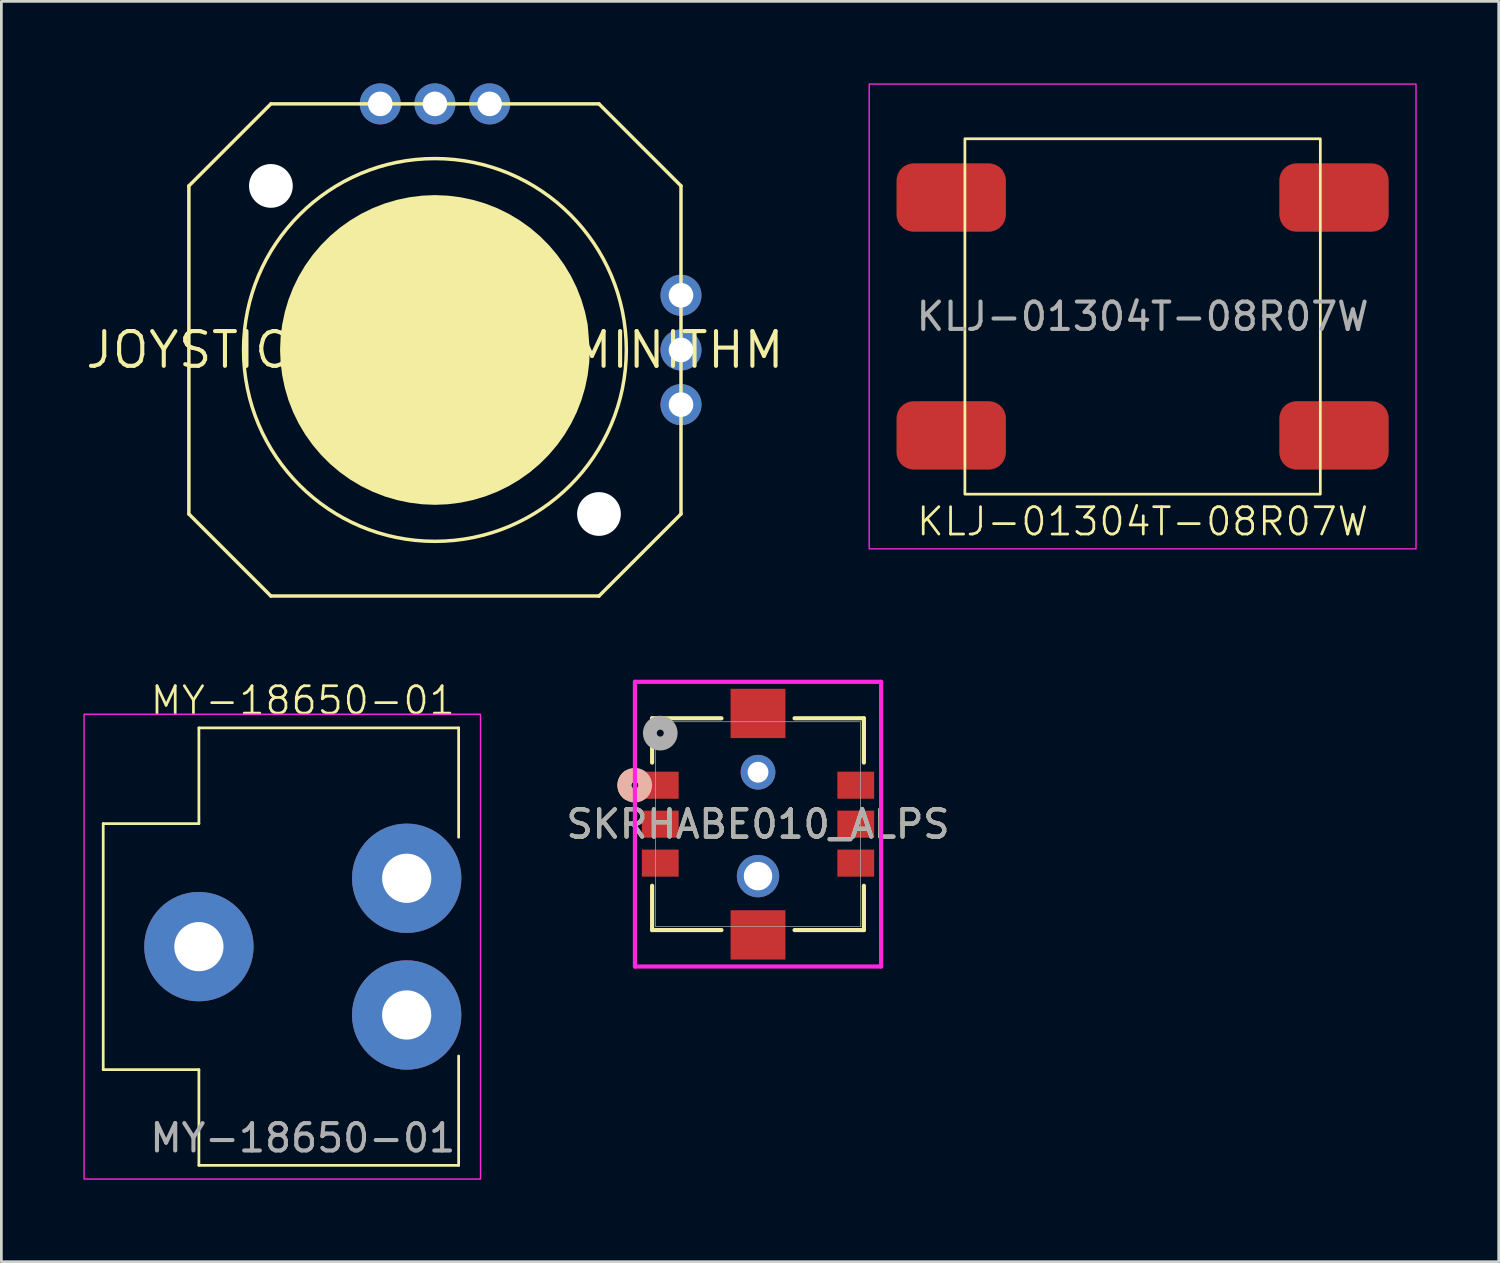
<source format=kicad_pcb>
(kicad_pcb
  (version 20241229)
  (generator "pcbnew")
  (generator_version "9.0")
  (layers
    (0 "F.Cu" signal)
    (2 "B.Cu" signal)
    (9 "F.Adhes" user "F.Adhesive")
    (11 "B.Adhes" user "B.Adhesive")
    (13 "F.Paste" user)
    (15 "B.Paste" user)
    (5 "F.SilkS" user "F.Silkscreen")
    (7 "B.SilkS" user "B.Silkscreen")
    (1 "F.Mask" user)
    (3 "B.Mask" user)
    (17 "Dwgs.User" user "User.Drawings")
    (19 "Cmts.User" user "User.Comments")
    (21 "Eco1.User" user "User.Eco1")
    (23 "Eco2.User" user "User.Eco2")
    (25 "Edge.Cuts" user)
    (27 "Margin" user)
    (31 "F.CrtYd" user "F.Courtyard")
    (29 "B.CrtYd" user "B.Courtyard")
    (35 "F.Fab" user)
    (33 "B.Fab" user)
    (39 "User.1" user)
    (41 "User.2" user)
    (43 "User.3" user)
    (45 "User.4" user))
  (footprint "JOYSTICK_ANALOG_MINITHM"
    (layer "F.Cu")
    (at 12.858 9.75)
    (property "Reference" "JOYSTICK_ANALOG_MINITHM" (at 0 0 0) (unlocked yes) (layer "F.SilkS") (effects (font (size 1.27 1.27) (thickness 0.15))))
    (fp_line (start -9 -6) (end -6 -9) (stroke (width 0.127) (type solid)) (layer "F.SilkS"))
    (fp_line (start -9 6) (end -9 -6) (stroke (width 0.127) (type solid)) (layer "F.SilkS"))
    (fp_line (start -6 -9) (end 6 -9) (stroke (width 0.127) (type solid)) (layer "F.SilkS"))
    (fp_line (start -6 9) (end -9 6) (stroke (width 0.127) (type solid)) (layer "F.SilkS"))
    (fp_line (start 6 -9) (end 9 -6) (stroke (width 0.127) (type solid)) (layer "F.SilkS"))
    (fp_line (start 6 9) (end -6 9) (stroke (width 0.127) (type solid)) (layer "F.SilkS"))
    (fp_line (start 9 -6) (end 9 6) (stroke (width 0.127) (type solid)) (layer "F.SilkS"))
    (fp_line (start 9 6) (end 6 9) (stroke (width 0.127) (type solid)) (layer "F.SilkS"))
    (fp_circle (center 0 0) (end 7 0) (stroke (width 0.127) (type solid)) (fill no) (layer "F.SilkS"))
    (fp_poly (pts (xy 0.468 -5.644) (xy 0.932 -5.586) (xy 1.39 -5.49) (xy 1.839 -5.357) (xy 2.275 -5.187) (xy 2.696 -4.981) (xy 3.098 -4.741) (xy 3.479 -4.469) (xy 3.836 -4.167) (xy 4.167 -3.836) (xy 4.469 -3.479) (xy 4.741 -3.098) (xy 4.981 -2.696) (xy 5.187 -2.275) (xy 5.357 -1.839) (xy 5.49 -1.39) (xy 5.587 -0.931) (xy 5.664 -0.001) (xy 5.644 0.468) (xy 5.586 0.932) (xy 5.49 1.39) (xy 5.357 1.839) (xy 5.187 2.275) (xy 4.981 2.696) (xy 4.741 3.098) (xy 4.469 3.479) (xy 4.167 3.836) (xy 3.836 4.167) (xy 3.479 4.469) (xy 3.098 4.741) (xy 2.696 4.981) (xy 2.275 5.187) (xy 1.839 5.357) (xy 1.39 5.49) (xy 0.932 5.586) (xy 0.468 5.644) (xy 0 5.664) (xy -0.468 5.644) (xy -0.932 5.586) (xy -1.39 5.49) (xy -1.839 5.357) (xy -2.275 5.187) (xy -2.696 4.981) (xy -3.098 4.741) (xy -3.479 4.469) (xy -3.836 4.167) (xy -4.167 3.836) (xy -4.469 3.479) (xy -4.741 3.098) (xy -4.981 2.696) (xy -5.187 2.275) (xy -5.357 1.839) (xy -5.49 1.39) (xy -5.586 0.932) (xy -5.644 0.468) (xy -5.664 0) (xy -5.644 -0.468) (xy -5.586 -0.932) (xy -5.49 -1.39) (xy -5.357 -1.839) (xy -5.187 -2.275) (xy -4.981 -2.696) (xy -4.741 -3.098) (xy -4.469 -3.479) (xy -4.167 -3.836) (xy -3.836 -4.167) (xy -3.479 -4.469) (xy -3.098 -4.741) (xy -2.696 -4.981) (xy -2.275 -5.187) (xy -1.839 -5.357) (xy -1.39 -5.49) (xy -0.932 -5.586) (xy -0.468 -5.644) (xy 0 -5.664)) (stroke (width 0) (type default)) (fill yes) (layer "F.SilkS"))
    (pad "" np_thru_hole circle (at -6 -6) (size 1.6 1.6) (drill 1.6) (layers "*.Cu" "*.Mask"))
    (pad "" np_thru_hole circle (at 6 6) (size 1.6 1.6) (drill 1.6) (layers "*.Cu" "*.Mask"))
    (pad "1" thru_hole circle (at -2 -9 90) (size 1.5 1.5) (drill 0.9) (layers "*.Cu" "*.Mask"))
    (pad "2" thru_hole circle (at 0 -9 90) (size 1.5 1.5) (drill 0.9) (layers "*.Cu" "*.Mask"))
    (pad "3" thru_hole circle (at 2 -9 90) (size 1.5 1.5) (drill 0.9) (layers "*.Cu" "*.Mask"))
    (pad "4" thru_hole circle (at 9 -2) (size 1.5 1.5) (drill 0.9) (layers "*.Cu" "*.Mask"))
    (pad "5" thru_hole circle (at 9 0) (size 1.5 1.5) (drill 0.9) (layers "*.Cu" "*.Mask"))
    (pad "6" thru_hole circle (at 9 2) (size 1.5 1.5) (drill 0.9) (layers "*.Cu" "*.Mask")))
  (footprint "MY-18650-01"
    (layer "F.Cu")
    (at 8.025 31.574)
    (property "Reference" "MY-18650-01" (at 0 -9 0) (unlocked yes) (layer "F.SilkS") (effects (font (size 1 1) (thickness 0.1))))
    (attr through_hole)
    (fp_line (start -7.3 -4.5) (end -7.3 4.5) (stroke (width 0.1) (type default)) (layer "F.SilkS"))
    (fp_line (start -7.3 4.5) (end -3.8 4.5) (stroke (width 0.1) (type default)) (layer "F.SilkS"))
    (fp_line (start -3.8 -8) (end -3.8 -4.5) (stroke (width 0.1) (type default)) (layer "F.SilkS"))
    (fp_line (start -3.8 -4.5) (end -7.3 -4.5) (stroke (width 0.1) (type default)) (layer "F.SilkS"))
    (fp_line (start -3.8 4.5) (end -3.8 8) (stroke (width 0.1) (type default)) (layer "F.SilkS"))
    (fp_line (start -3.8 8) (end 5.7 8) (stroke (width 0.1) (type default)) (layer "F.SilkS"))
    (fp_line (start 5.7 -8) (end -3.8 -8) (stroke (width 0.1) (type default)) (layer "F.SilkS"))
    (fp_line (start 5.7 -4) (end 5.7 -8) (stroke (width 0.1) (type default)) (layer "F.SilkS"))
    (fp_line (start 5.7 8) (end 5.7 4) (stroke (width 0.1) (type default)) (layer "F.SilkS"))
    (fp_rect (start -8 -8.5) (end 6.5 8.5) (stroke (width 0.05) (type default)) (fill no) (layer "F.CrtYd"))
    (fp_text user "${REFERENCE}" (at 0 7 0) (unlocked yes) (layer "F.Fab") (effects (font (size 1 1) (thickness 0.15))))
    (pad "1" thru_hole circle (at -3.8 0) (size 4 4) (drill 1.8) (layers "*.Cu" "*.Mask"))
    (pad "1" thru_hole circle (at 3.8 -2.5) (size 4 4) (drill 1.8) (layers "*.Cu" "*.Mask"))
    (pad "1" thru_hole circle (at 3.8 2.5) (size 4 4) (drill 1.8) (layers "*.Cu" "*.Mask")))
  (footprint "SKRHABE010_ALPS"
    (layer "F.Cu")
    (at 24.675 27.095)
    (property "Reference" "SKRHABE010_ALPS" (at 0 0 0) (unlocked yes) (layer "F.SilkS") (effects (font (size 1 1) (thickness 0.15))))
    (attr smd)
    (fp_line (start -3.873 -3.873) (end -3.873 -2.253) (stroke (width 0.152) (type solid)) (layer "F.SilkS"))
    (fp_line (start -3.873 2.253) (end -3.873 3.873) (stroke (width 0.152) (type solid)) (layer "F.SilkS"))
    (fp_line (start -3.873 3.873) (end -1.336 3.873) (stroke (width 0.152) (type solid)) (layer "F.SilkS"))
    (fp_line (start -1.336 -3.873) (end -3.873 -3.873) (stroke (width 0.152) (type solid)) (layer "F.SilkS"))
    (fp_line (start 1.336 3.873) (end 3.873 3.873) (stroke (width 0.152) (type solid)) (layer "F.SilkS"))
    (fp_line (start 3.873 -3.873) (end 1.336 -3.873) (stroke (width 0.152) (type solid)) (layer "F.SilkS"))
    (fp_line (start 3.873 -2.253) (end 3.873 -3.873) (stroke (width 0.152) (type solid)) (layer "F.SilkS"))
    (fp_line (start 3.873 3.873) (end 3.873 2.253) (stroke (width 0.152) (type solid)) (layer "F.SilkS"))
    (fp_arc (start -4.758639 -1.137613) (mid -4.8895 -1.425) (end -4.758639 -1.712387) (stroke (width 0.508) (type solid)) (layer "F.SilkS"))
    (fp_circle (center -4.508 -1.425) (end -4.128 -1.425) (stroke (width 0.508) (type solid)) (fill no) (layer "B.SilkS"))
    (fp_line (start -4.502 -5.206) (end -4.502 5.206) (stroke (width 0.152) (type solid)) (layer "F.CrtYd"))
    (fp_line (start -4.502 5.206) (end 4.502 5.206) (stroke (width 0.152) (type solid)) (layer "F.CrtYd"))
    (fp_line (start 4.502 -5.206) (end -4.502 -5.206) (stroke (width 0.152) (type solid)) (layer "F.CrtYd"))
    (fp_line (start 4.502 5.206) (end 4.502 -5.206) (stroke (width 0.152) (type solid)) (layer "F.CrtYd"))
    (fp_line (start -3.747 -3.747) (end -3.747 3.747) (stroke (width 0.025) (type solid)) (layer "F.Fab"))
    (fp_line (start -3.747 3.747) (end 3.747 3.747) (stroke (width 0.025) (type solid)) (layer "F.Fab"))
    (fp_line (start 3.747 -3.747) (end -3.747 -3.747) (stroke (width 0.025) (type solid)) (layer "F.Fab"))
    (fp_line (start 3.747 3.747) (end 3.747 -3.747) (stroke (width 0.025) (type solid)) (layer "F.Fab"))
    (fp_circle (center -3.575 -3.33) (end -3.194 -3.33) (stroke (width 0.508) (type solid)) (fill no) (layer "F.Fab"))
    (fp_text user "${REFERENCE}" (at 0 0 0) (unlocked yes) (layer "F.Fab") (effects (font (size 1 1) (thickness 0.15))))
    (pad "1" smd rect (at -3.575 -1.425) (size 1.346 0.991) (layers "F.Cu" "F.Mask" "F.Paste"))
    (pad "2" smd rect (at -3.575 0) (size 1.346 0.991) (layers "F.Cu" "F.Mask" "F.Paste"))
    (pad "3" smd rect (at -3.575 1.425) (size 1.346 0.991) (layers "F.Cu" "F.Mask" "F.Paste"))
    (pad "4" smd rect (at 3.575 -1.425) (size 1.346 0.991) (layers "F.Cu" "F.Mask" "F.Paste"))
    (pad "5" smd rect (at 3.575 0) (size 1.346 0.991) (layers "F.Cu" "F.Mask" "F.Paste"))
    (pad "6" smd rect (at 3.575 1.425) (size 1.346 0.991) (layers "F.Cu" "F.Mask" "F.Paste"))
    (pad "7" smd rect (at 0 -4.05) (size 2.007 1.803) (layers "F.Cu" "F.Mask" "F.Paste"))
    (pad "8" smd rect (at 0 4.05) (size 2.007 1.803) (layers "F.Cu" "F.Mask" "F.Paste"))
    (pad "9" thru_hole circle (at 0 -1.9) (size 1.27 1.27) (drill 0.762) (layers "*.Cu" "*.Mask"))
    (pad "10" thru_hole circle (at 0 1.9) (size 1.549 1.549) (drill 1.041) (layers "*.Cu" "*.Mask")))
  (footprint "KLJ-01304T-08R07W"
    (layer "F.Cu")
    (at 38.742 8.525)
    (property "Reference" "KLJ-01304T-08R07W" (at 0 7.5 0) (unlocked yes) (layer "F.SilkS") (effects (font (size 1 1) (thickness 0.1))))
    (attr smd)
    (fp_rect (start -6.5 -6.5) (end 6.5 6.5) (stroke (width 0.1) (type default)) (fill no) (layer "F.SilkS"))
    (fp_rect (start -10 -8.5) (end 10 8.5) (stroke (width 0.05) (type default)) (fill no) (layer "F.CrtYd"))
    (fp_text user "${REFERENCE}" (at 0 0 0) (unlocked yes) (layer "F.Fab") (effects (font (size 1 1) (thickness 0.15))))
    (pad "1" smd roundrect (at -7 4.35) (size 4 2.5) (layers "F.Cu" "F.Mask" "F.Paste") (roundrect_rratio 0.25))
    (pad "2" smd roundrect (at 7 4.35) (size 4 2.5) (layers "F.Cu" "F.Mask" "F.Paste") (roundrect_rratio 0.25))
    (pad "NC" smd roundrect (at -7 -4.35) (size 4 2.5) (layers "F.Cu" "F.Mask" "F.Paste") (roundrect_rratio 0.25))
    (pad "NC" smd roundrect (at 7 -4.35) (size 4 2.5) (layers "F.Cu" "F.Mask" "F.Paste") (roundrect_rratio 0.25)))
  (gr_rect
    (start -3 -3)
    (end 51.767 43.099)
    (stroke (width 0.1) (type default))
    (fill no)
    (layer "Edge.Cuts")))
</source>
